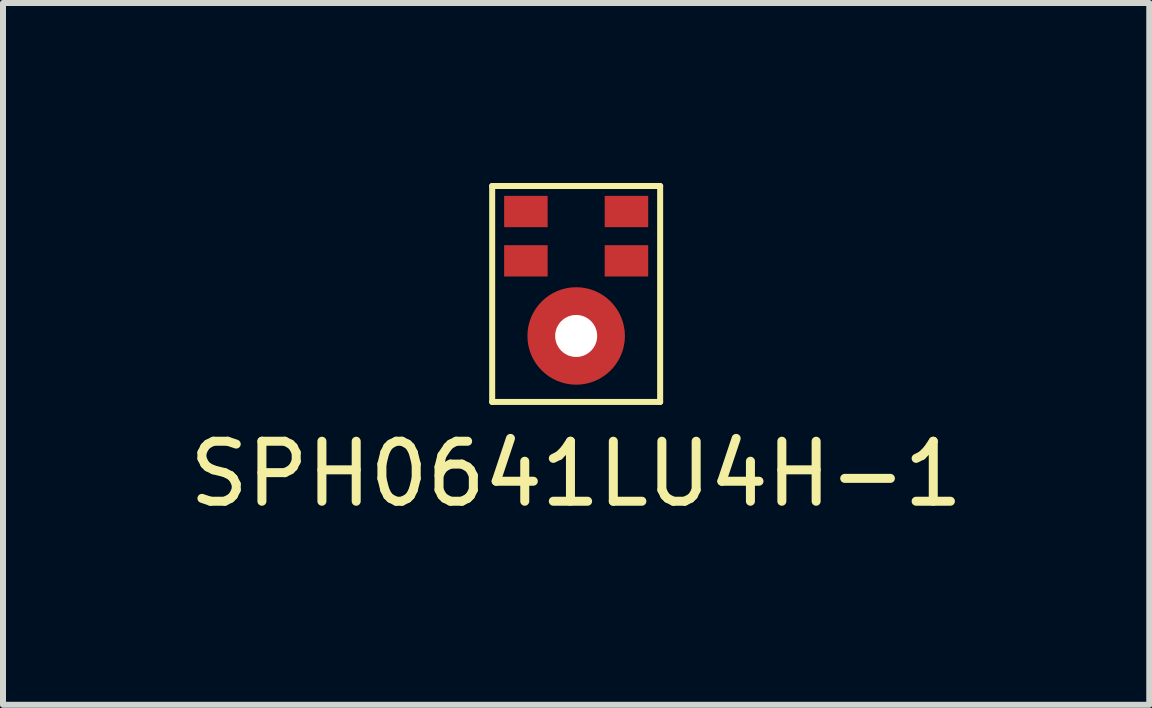
<source format=kicad_pcb>
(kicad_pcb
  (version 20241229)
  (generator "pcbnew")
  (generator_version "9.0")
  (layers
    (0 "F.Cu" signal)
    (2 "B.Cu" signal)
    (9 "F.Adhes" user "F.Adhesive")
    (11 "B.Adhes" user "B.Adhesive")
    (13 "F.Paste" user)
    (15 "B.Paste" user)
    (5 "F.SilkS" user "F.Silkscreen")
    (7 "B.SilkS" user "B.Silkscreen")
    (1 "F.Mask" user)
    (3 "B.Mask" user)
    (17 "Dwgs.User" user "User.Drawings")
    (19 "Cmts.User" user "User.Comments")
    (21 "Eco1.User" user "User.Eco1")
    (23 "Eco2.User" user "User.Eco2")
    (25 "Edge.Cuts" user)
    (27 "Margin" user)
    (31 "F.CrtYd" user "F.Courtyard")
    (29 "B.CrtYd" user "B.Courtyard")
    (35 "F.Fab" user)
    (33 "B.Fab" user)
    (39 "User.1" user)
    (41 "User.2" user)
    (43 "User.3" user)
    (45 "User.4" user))
  (footprint "SPH0641LU4H-1"
    (layer "F.Cu")
    (at 6.554 2.55)
    (property "Reference" "SPH0641LU4H-1" (at 0 2.3 0) (layer "F.SilkS") (effects (font (size 1 1) (thickness 0.15))))
    (attr through_hole)
    (fp_circle (center 0 0) (end 0.662 0) (stroke (width 0.2) (type solid)) (fill no) (layer "F.Mask"))
    (fp_line (start -1.4 -2.5) (end -1.4 1.1) (stroke (width 0.1) (type solid)) (layer "F.SilkS"))
    (fp_line (start -1.4 1.1) (end 1.4 1.1) (stroke (width 0.1) (type solid)) (layer "F.SilkS"))
    (fp_line (start 1.4 -2.5) (end -1.4 -2.5) (stroke (width 0.1) (type solid)) (layer "F.SilkS"))
    (fp_line (start 1.4 1.1) (end 1.4 -2.5) (stroke (width 0.1) (type solid)) (layer "F.SilkS"))
    (pad "" np_thru_hole circle (at 0 0) (size 0.7 0.7) (drill 0.7) (layers "*.Cu" "*.Mask"))
    (pad "1" smd rect (at -0.838 -2.074) (size 0.725 0.522) (layers "F.Cu" "F.Mask" "F.Paste"))
    (pad "2" smd rect (at -0.838 -1.252) (size 0.725 0.522) (layers "F.Cu" "F.Mask" "F.Paste"))
    (pad "3" smd circle (at 0 0) (size 1.625 1.625) (layers "F.Cu"))
    (pad "4" smd rect (at 0.838 -1.252) (size 0.725 0.522) (layers "F.Cu" "F.Mask" "F.Paste"))
    (pad "5" smd rect (at 0.838 -2.074) (size 0.725 0.522) (layers "F.Cu" "F.Mask" "F.Paste")))
  (gr_rect
    (start -3 -3)
    (end 16.107 8.698)
    (stroke (width 0.1) (type default))
    (fill no)
    (layer "Edge.Cuts")))
</source>
